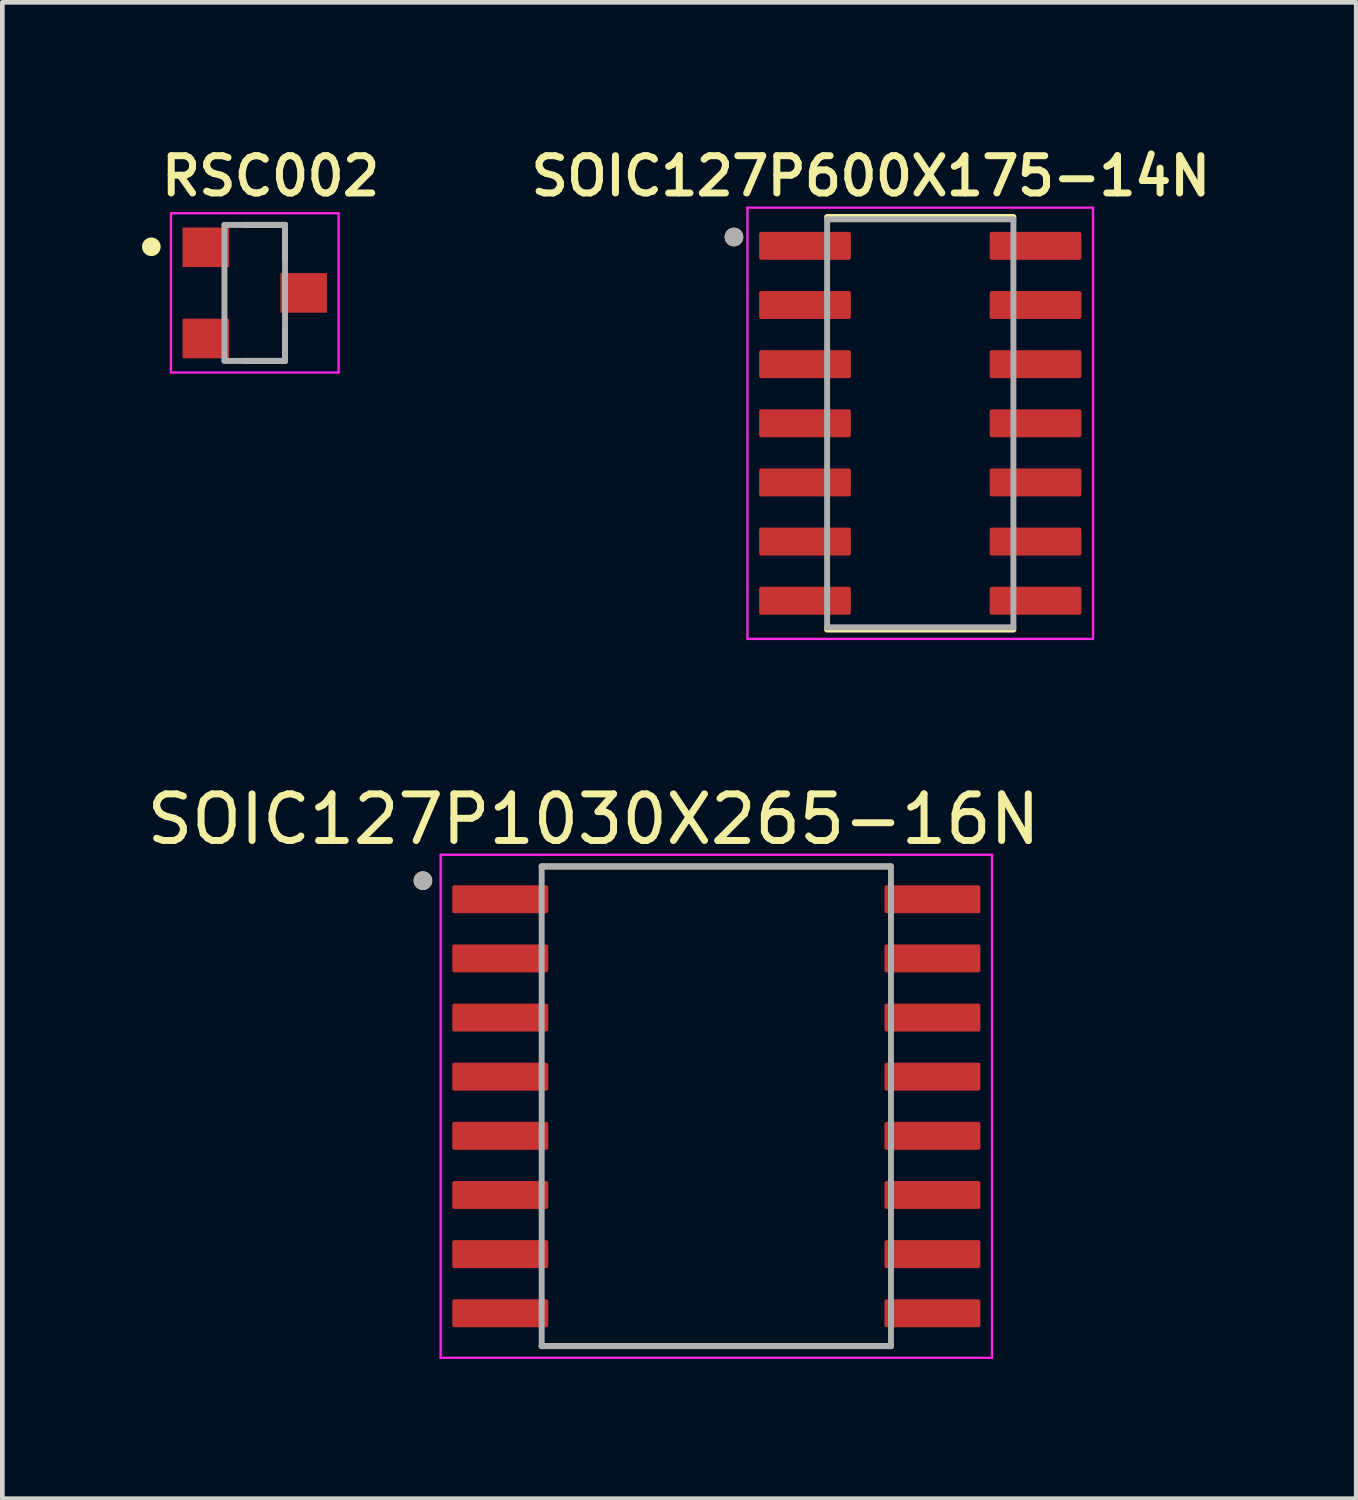
<source format=kicad_pcb>
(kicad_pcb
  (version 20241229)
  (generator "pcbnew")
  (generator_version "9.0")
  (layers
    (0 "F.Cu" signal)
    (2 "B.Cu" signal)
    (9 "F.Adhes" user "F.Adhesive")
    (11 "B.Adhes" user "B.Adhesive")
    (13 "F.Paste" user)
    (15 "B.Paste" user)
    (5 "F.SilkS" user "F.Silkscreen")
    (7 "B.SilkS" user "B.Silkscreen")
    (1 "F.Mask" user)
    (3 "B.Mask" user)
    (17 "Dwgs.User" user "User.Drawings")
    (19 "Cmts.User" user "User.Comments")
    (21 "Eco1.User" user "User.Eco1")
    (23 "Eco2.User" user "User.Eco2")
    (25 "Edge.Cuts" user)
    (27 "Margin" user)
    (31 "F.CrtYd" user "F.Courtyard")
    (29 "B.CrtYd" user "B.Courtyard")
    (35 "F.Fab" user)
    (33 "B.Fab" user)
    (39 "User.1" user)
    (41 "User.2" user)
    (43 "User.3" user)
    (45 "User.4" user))
  (footprint "SOIC127P600X175-14N"
    (layer "F.Cu")
    (at 16.71 6.039)
    (property "Reference" "SOIC127P600X175-14N" (at -1.06 -5.308 0) (layer "F.SilkS") (effects (font (size 0.8 0.8) (thickness 0.15))))
    (attr through_hole)
    (fp_line (start -2 -4.43) (end 2 -4.43) (stroke (width 0.127) (type solid)) (layer "F.SilkS"))
    (fp_line (start -2 4.43) (end 2 4.43) (stroke (width 0.127) (type solid)) (layer "F.SilkS"))
    (fp_circle (center -4 -4) (end -3.9 -4) (stroke (width 0.2) (type solid)) (fill no) (layer "F.SilkS"))
    (fp_line (start -3.71 -4.63) (end -3.71 4.63) (stroke (width 0.05) (type solid)) (layer "F.CrtYd"))
    (fp_line (start -3.71 -4.63) (end 3.71 -4.63) (stroke (width 0.05) (type solid)) (layer "F.CrtYd"))
    (fp_line (start -3.71 4.63) (end 3.71 4.63) (stroke (width 0.05) (type solid)) (layer "F.CrtYd"))
    (fp_line (start 3.71 -4.63) (end 3.71 4.63) (stroke (width 0.05) (type solid)) (layer "F.CrtYd"))
    (fp_line (start -2 -4.38) (end -2 4.38) (stroke (width 0.127) (type solid)) (layer "F.Fab"))
    (fp_line (start -2 -4.38) (end 2 -4.38) (stroke (width 0.127) (type solid)) (layer "F.Fab"))
    (fp_line (start -2 4.38) (end 2 4.38) (stroke (width 0.127) (type solid)) (layer "F.Fab"))
    (fp_line (start 2 -4.38) (end 2 4.38) (stroke (width 0.127) (type solid)) (layer "F.Fab"))
    (fp_circle (center -4 -4) (end -3.9 -4) (stroke (width 0.2) (type solid)) (fill no) (layer "F.Fab"))
    (pad "1" smd roundrect (at -2.475 -3.81) (size 1.97 0.6) (layers "F.Cu" "F.Mask" "F.Paste") (roundrect_rratio 0.07))
    (pad "2" smd roundrect (at -2.475 -2.54) (size 1.97 0.6) (layers "F.Cu" "F.Mask" "F.Paste") (roundrect_rratio 0.07))
    (pad "3" smd roundrect (at -2.475 -1.27) (size 1.97 0.6) (layers "F.Cu" "F.Mask" "F.Paste") (roundrect_rratio 0.07))
    (pad "4" smd roundrect (at -2.475 0) (size 1.97 0.6) (layers "F.Cu" "F.Mask" "F.Paste") (roundrect_rratio 0.07))
    (pad "5" smd roundrect (at -2.475 1.27) (size 1.97 0.6) (layers "F.Cu" "F.Mask" "F.Paste") (roundrect_rratio 0.07))
    (pad "6" smd roundrect (at -2.475 2.54) (size 1.97 0.6) (layers "F.Cu" "F.Mask" "F.Paste") (roundrect_rratio 0.07))
    (pad "7" smd roundrect (at -2.475 3.81) (size 1.97 0.6) (layers "F.Cu" "F.Mask" "F.Paste") (roundrect_rratio 0.07))
    (pad "8" smd roundrect (at 2.475 3.81) (size 1.97 0.6) (layers "F.Cu" "F.Mask" "F.Paste") (roundrect_rratio 0.07))
    (pad "9" smd roundrect (at 2.475 2.54) (size 1.97 0.6) (layers "F.Cu" "F.Mask" "F.Paste") (roundrect_rratio 0.07))
    (pad "10" smd roundrect (at 2.475 1.27) (size 1.97 0.6) (layers "F.Cu" "F.Mask" "F.Paste") (roundrect_rratio 0.07))
    (pad "11" smd roundrect (at 2.475 0) (size 1.97 0.6) (layers "F.Cu" "F.Mask" "F.Paste") (roundrect_rratio 0.07))
    (pad "12" smd roundrect (at 2.475 -1.27) (size 1.97 0.6) (layers "F.Cu" "F.Mask" "F.Paste") (roundrect_rratio 0.07))
    (pad "13" smd roundrect (at 2.475 -2.54) (size 1.97 0.6) (layers "F.Cu" "F.Mask" "F.Paste") (roundrect_rratio 0.07))
    (pad "14" smd roundrect (at 2.475 -3.81) (size 1.97 0.6) (layers "F.Cu" "F.Mask" "F.Paste") (roundrect_rratio 0.07)))
  (footprint "RSC002"
    (layer "F.Cu")
    (at 2.42 3.239)
    (property "Reference" "RSC002" (at 0.34 -2.508 0) (layer "F.SilkS") (effects (font (size 0.8 0.8) (thickness 0.15))))
    (attr through_hole)
    (fp_line (start 0.65 -1.46) (end -0.23 -1.46) (stroke (width 0.127) (type solid)) (layer "F.SilkS"))
    (fp_line (start 0.65 -0.75) (end 0.65 -1.46) (stroke (width 0.127) (type solid)) (layer "F.SilkS"))
    (fp_line (start 0.65 0.75) (end 0.65 1.46) (stroke (width 0.127) (type solid)) (layer "F.SilkS"))
    (fp_line (start 0.65 1.46) (end -0.23 1.46) (stroke (width 0.127) (type solid)) (layer "F.SilkS"))
    (fp_circle (center -2.22 -0.99) (end -2.12 -0.99) (stroke (width 0.2) (type solid)) (fill no) (layer "F.SilkS"))
    (fp_line (start -1.8 -1.71) (end 1.8 -1.71) (stroke (width 0.05) (type solid)) (layer "F.CrtYd"))
    (fp_line (start -1.8 1.71) (end -1.8 -1.71) (stroke (width 0.05) (type solid)) (layer "F.CrtYd"))
    (fp_line (start 1.8 -1.71) (end 1.8 1.71) (stroke (width 0.05) (type solid)) (layer "F.CrtYd"))
    (fp_line (start 1.8 1.71) (end -1.8 1.71) (stroke (width 0.05) (type solid)) (layer "F.CrtYd"))
    (fp_line (start -0.65 -1.46) (end -0.65 1.46) (stroke (width 0.127) (type solid)) (layer "F.Fab"))
    (fp_line (start -0.65 1.46) (end 0.65 1.46) (stroke (width 0.127) (type solid)) (layer "F.Fab"))
    (fp_line (start 0.65 -1.46) (end -0.65 -1.46) (stroke (width 0.127) (type solid)) (layer "F.Fab"))
    (fp_line (start 0.65 1.46) (end 0.65 -1.46) (stroke (width 0.127) (type solid)) (layer "F.Fab"))
    (pad "1" smd rect (at -1.05 -0.98 270) (size 0.85 1) (layers "F.Cu" "F.Mask" "F.Paste"))
    (pad "2" smd rect (at -1.05 0.98 270) (size 0.85 1) (layers "F.Cu" "F.Mask" "F.Paste"))
    (pad "3" smd rect (at 1.05 0 270) (size 0.85 1) (layers "F.Cu" "F.Mask" "F.Paste")))
  (footprint "SOIC127P1030X265-16N"
    (layer "F.Cu")
    (at 12.331 20.704)
    (property "Reference" "SOIC127P1030X265-16N" (at -2.635 -6.162 0) (layer "F.SilkS") (effects (font (size 1 1) (thickness 0.15))))
    (attr through_hole)
    (fp_line (start -3.75 -5.15) (end 3.75 -5.15) (stroke (width 0.127) (type solid)) (layer "F.SilkS"))
    (fp_line (start -3.75 5.15) (end 3.75 5.15) (stroke (width 0.127) (type solid)) (layer "F.SilkS"))
    (fp_circle (center -6.3 -4.845) (end -6.2 -4.845) (stroke (width 0.2) (type solid)) (fill no) (layer "F.SilkS"))
    (fp_line (start -5.92 -5.4) (end -5.92 5.4) (stroke (width 0.05) (type solid)) (layer "F.CrtYd"))
    (fp_line (start -5.92 -5.4) (end 5.92 -5.4) (stroke (width 0.05) (type solid)) (layer "F.CrtYd"))
    (fp_line (start -5.92 5.4) (end 5.92 5.4) (stroke (width 0.05) (type solid)) (layer "F.CrtYd"))
    (fp_line (start 5.92 -5.4) (end 5.92 5.4) (stroke (width 0.05) (type solid)) (layer "F.CrtYd"))
    (fp_line (start -3.75 -5.15) (end -3.75 5.15) (stroke (width 0.127) (type solid)) (layer "F.Fab"))
    (fp_line (start -3.75 -5.15) (end 3.75 -5.15) (stroke (width 0.127) (type solid)) (layer "F.Fab"))
    (fp_line (start -3.75 5.15) (end 3.75 5.15) (stroke (width 0.127) (type solid)) (layer "F.Fab"))
    (fp_line (start 3.75 -5.15) (end 3.75 5.15) (stroke (width 0.127) (type solid)) (layer "F.Fab"))
    (fp_circle (center -6.3 -4.845) (end -6.2 -4.845) (stroke (width 0.2) (type solid)) (fill no) (layer "F.Fab"))
    (pad "1" smd roundrect (at -4.64 -4.445) (size 2.06 0.6) (layers "F.Cu" "F.Mask" "F.Paste") (roundrect_rratio 0.07))
    (pad "2" smd roundrect (at -4.64 -3.175) (size 2.06 0.6) (layers "F.Cu" "F.Mask" "F.Paste") (roundrect_rratio 0.07))
    (pad "3" smd roundrect (at -4.64 -1.905) (size 2.06 0.6) (layers "F.Cu" "F.Mask" "F.Paste") (roundrect_rratio 0.07))
    (pad "4" smd roundrect (at -4.64 -0.635) (size 2.06 0.6) (layers "F.Cu" "F.Mask" "F.Paste") (roundrect_rratio 0.07))
    (pad "5" smd roundrect (at -4.64 0.635) (size 2.06 0.6) (layers "F.Cu" "F.Mask" "F.Paste") (roundrect_rratio 0.07))
    (pad "6" smd roundrect (at -4.64 1.905) (size 2.06 0.6) (layers "F.Cu" "F.Mask" "F.Paste") (roundrect_rratio 0.07))
    (pad "7" smd roundrect (at -4.64 3.175) (size 2.06 0.6) (layers "F.Cu" "F.Mask" "F.Paste") (roundrect_rratio 0.07))
    (pad "8" smd roundrect (at -4.64 4.445) (size 2.06 0.6) (layers "F.Cu" "F.Mask" "F.Paste") (roundrect_rratio 0.07))
    (pad "9" smd roundrect (at 4.64 4.445) (size 2.06 0.6) (layers "F.Cu" "F.Mask" "F.Paste") (roundrect_rratio 0.07))
    (pad "10" smd roundrect (at 4.64 3.175) (size 2.06 0.6) (layers "F.Cu" "F.Mask" "F.Paste") (roundrect_rratio 0.07))
    (pad "11" smd roundrect (at 4.64 1.905) (size 2.06 0.6) (layers "F.Cu" "F.Mask" "F.Paste") (roundrect_rratio 0.07))
    (pad "12" smd roundrect (at 4.64 0.635) (size 2.06 0.6) (layers "F.Cu" "F.Mask" "F.Paste") (roundrect_rratio 0.07))
    (pad "13" smd roundrect (at 4.64 -0.635) (size 2.06 0.6) (layers "F.Cu" "F.Mask" "F.Paste") (roundrect_rratio 0.07))
    (pad "14" smd roundrect (at 4.64 -1.905) (size 2.06 0.6) (layers "F.Cu" "F.Mask" "F.Paste") (roundrect_rratio 0.07))
    (pad "15" smd roundrect (at 4.64 -3.175) (size 2.06 0.6) (layers "F.Cu" "F.Mask" "F.Paste") (roundrect_rratio 0.07))
    (pad "16" smd roundrect (at 4.64 -4.445) (size 2.06 0.6) (layers "F.Cu" "F.Mask" "F.Paste") (roundrect_rratio 0.07)))
  (gr_rect
    (start -3 -3)
    (end 26.071 29.13)
    (stroke (width 0.1) (type default))
    (fill no)
    (layer "Edge.Cuts")))
</source>
